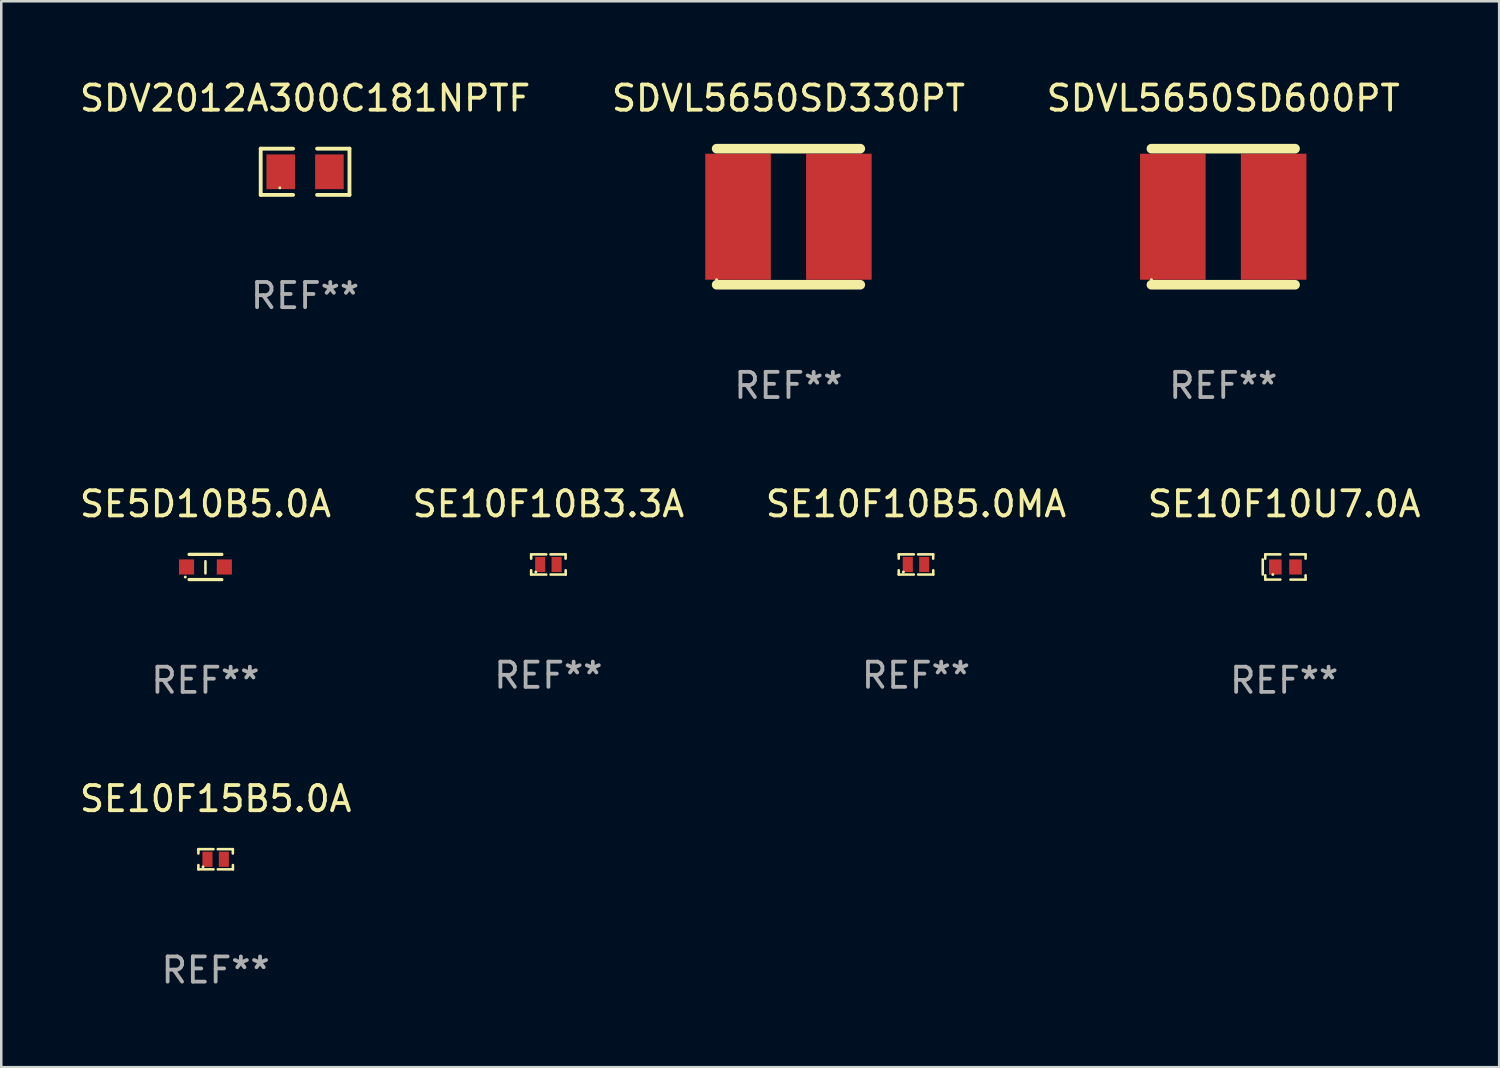
<source format=kicad_pcb>
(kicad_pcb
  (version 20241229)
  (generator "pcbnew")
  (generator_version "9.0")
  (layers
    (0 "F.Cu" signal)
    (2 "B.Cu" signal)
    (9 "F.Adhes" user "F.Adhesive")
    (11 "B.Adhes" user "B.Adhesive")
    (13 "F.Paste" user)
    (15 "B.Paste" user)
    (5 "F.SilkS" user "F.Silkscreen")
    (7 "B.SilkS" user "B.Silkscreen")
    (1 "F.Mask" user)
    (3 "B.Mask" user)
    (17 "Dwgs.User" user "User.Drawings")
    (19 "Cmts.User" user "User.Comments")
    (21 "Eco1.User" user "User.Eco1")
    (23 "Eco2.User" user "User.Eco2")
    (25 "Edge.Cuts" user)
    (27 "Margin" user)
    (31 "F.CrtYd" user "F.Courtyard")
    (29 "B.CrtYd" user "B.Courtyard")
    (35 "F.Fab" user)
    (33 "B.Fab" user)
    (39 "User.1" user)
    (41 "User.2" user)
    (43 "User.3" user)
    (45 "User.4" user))
  (footprint "SDVL5650SD600PT"
    (layer "F.Cu")
    (at 45.482 5.548)
    (property "Reference" "SDVL5650SD600PT" (at 0 -4.7 0) (layer "F.SilkS") (effects (font (size 1 1) (thickness 0.15))))
    (attr through_hole)
    (fp_line (start -2.85 -2.7) (end 2.85 -2.7) (stroke (width 0.381) (type solid)) (layer "F.SilkS"))
    (fp_line (start 2.85 2.7) (end -2.85 2.7) (stroke (width 0.381) (type solid)) (layer "F.SilkS"))
    (fp_circle (center -2.85 2.5) (end -2.82 2.5) (stroke (width 0.06) (type solid)) (fill no) (layer "F.SilkS"))
    (fp_text user "REF**" (at 0 6.7 0) (layer "F.Fab") (effects (font (size 1 1) (thickness 0.15))))
    (pad "1" smd rect (at -2 0) (size 2.601 5) (layers "F.Cu" "F.Mask" "F.Paste"))
    (pad "2" smd rect (at 2 0) (size 2.601 5) (layers "F.Cu" "F.Mask" "F.Paste")))
  (footprint "SE10F10B5.0MA"
    (layer "F.Cu")
    (at 33.292 19.345)
    (property "Reference" "SE10F10B5.0MA" (at 0 -2.4 0) (layer "F.SilkS") (effects (font (size 1 1) (thickness 0.15))))
    (attr through_hole)
    (fp_line (start -0.685 -0.4) (end -0.685 -0.23) (stroke (width 0.102) (type solid)) (layer "F.SilkS"))
    (fp_line (start -0.685 0.4) (end -0.685 0.23) (stroke (width 0.102) (type solid)) (layer "F.SilkS"))
    (fp_line (start -0.085 -0.4) (end -0.685 -0.4) (stroke (width 0.102) (type solid)) (layer "F.SilkS"))
    (fp_line (start -0.085 0.4) (end -0.685 0.4) (stroke (width 0.102) (type solid)) (layer "F.SilkS"))
    (fp_line (start 0.082 -0.4) (end 0.682 -0.4) (stroke (width 0.102) (type solid)) (layer "F.SilkS"))
    (fp_line (start 0.085 0.4) (end 0.685 0.4) (stroke (width 0.102) (type solid)) (layer "F.SilkS"))
    (fp_line (start 0.682 -0.4) (end 0.682 -0.23) (stroke (width 0.102) (type solid)) (layer "F.SilkS"))
    (fp_line (start 0.685 0.4) (end 0.685 0.23) (stroke (width 0.102) (type solid)) (layer "F.SilkS"))
    (fp_circle (center -0.5 0.3) (end -0.47 0.3) (stroke (width 0.06) (type solid)) (fill no) (layer "F.SilkS"))
    (fp_text user "REF**" (at 0 4.4 0) (layer "F.Fab") (effects (font (size 1 1) (thickness 0.15))))
    (pad "1" smd rect (at -0.325 0) (size 0.4 0.6) (layers "F.Cu" "F.Mask" "F.Paste"))
    (pad "2" smd rect (at 0.325 0) (size 0.4 0.6) (layers "F.Cu" "F.Mask" "F.Paste")))
  (footprint "SE10F15B5.0A"
    (layer "F.Cu")
    (at 5.506 31.041)
    (property "Reference" "SE10F15B5.0A" (at 0 -2.4 0) (layer "F.SilkS") (effects (font (size 1 1) (thickness 0.15))))
    (attr through_hole)
    (fp_line (start -0.685 -0.4) (end -0.685 -0.23) (stroke (width 0.102) (type solid)) (layer "F.SilkS"))
    (fp_line (start -0.685 0.4) (end -0.685 0.23) (stroke (width 0.102) (type solid)) (layer "F.SilkS"))
    (fp_line (start -0.085 -0.4) (end -0.685 -0.4) (stroke (width 0.102) (type solid)) (layer "F.SilkS"))
    (fp_line (start -0.085 0.4) (end -0.685 0.4) (stroke (width 0.102) (type solid)) (layer "F.SilkS"))
    (fp_line (start 0.082 -0.4) (end 0.682 -0.4) (stroke (width 0.102) (type solid)) (layer "F.SilkS"))
    (fp_line (start 0.085 0.4) (end 0.685 0.4) (stroke (width 0.102) (type solid)) (layer "F.SilkS"))
    (fp_line (start 0.682 -0.4) (end 0.682 -0.23) (stroke (width 0.102) (type solid)) (layer "F.SilkS"))
    (fp_line (start 0.685 0.4) (end 0.685 0.23) (stroke (width 0.102) (type solid)) (layer "F.SilkS"))
    (fp_circle (center -0.5 0.3) (end -0.47 0.3) (stroke (width 0.06) (type solid)) (fill no) (layer "F.SilkS"))
    (fp_text user "REF**" (at 0 4.4 0) (layer "F.Fab") (effects (font (size 1 1) (thickness 0.15))))
    (pad "1" smd rect (at -0.325 0) (size 0.4 0.6) (layers "F.Cu" "F.Mask" "F.Paste"))
    (pad "2" smd rect (at 0.325 0) (size 0.4 0.6) (layers "F.Cu" "F.Mask" "F.Paste")))
  (footprint "SDV2012A300C181NPTF"
    (layer "F.Cu")
    (at 9.054 3.765)
    (property "Reference" "SDV2012A300C181NPTF" (at 0 -2.917 0) (layer "F.SilkS") (effects (font (size 1 1) (thickness 0.15))))
    (attr through_hole)
    (fp_line (start -1.761 -0.917) (end -0.476 -0.917) (stroke (width 0.152) (type solid)) (layer "F.SilkS"))
    (fp_line (start -1.761 0.917) (end -1.761 -0.917) (stroke (width 0.152) (type solid)) (layer "F.SilkS"))
    (fp_line (start -0.476 0.917) (end -1.761 0.917) (stroke (width 0.152) (type solid)) (layer "F.SilkS"))
    (fp_line (start 0.476 0.917) (end 1.761 0.917) (stroke (width 0.152) (type solid)) (layer "F.SilkS"))
    (fp_line (start 1.761 -0.917) (end 0.476 -0.917) (stroke (width 0.152) (type solid)) (layer "F.SilkS"))
    (fp_line (start 1.761 0.917) (end 1.761 -0.917) (stroke (width 0.152) (type solid)) (layer "F.SilkS"))
    (fp_circle (center -1 0.638) (end -0.97 0.638) (stroke (width 0.06) (type solid)) (fill no) (layer "F.SilkS"))
    (fp_text user "REF**" (at 0 4.917 0) (layer "F.Fab") (effects (font (size 1 1) (thickness 0.15))))
    (pad "1" smd rect (at -0.966 0) (size 1.133 1.377) (layers "F.Cu" "F.Mask" "F.Paste"))
    (pad "2" smd rect (at 0.966 0) (size 1.133 1.377) (layers "F.Cu" "F.Mask" "F.Paste")))
  (footprint "SDVL5650SD330PT"
    (layer "F.Cu")
    (at 28.232 5.548)
    (property "Reference" "SDVL5650SD330PT" (at 0 -4.7 0) (layer "F.SilkS") (effects (font (size 1 1) (thickness 0.15))))
    (attr through_hole)
    (fp_line (start -2.85 -2.7) (end 2.85 -2.7) (stroke (width 0.381) (type solid)) (layer "F.SilkS"))
    (fp_line (start 2.85 2.7) (end -2.85 2.7) (stroke (width 0.381) (type solid)) (layer "F.SilkS"))
    (fp_circle (center -2.85 2.5) (end -2.82 2.5) (stroke (width 0.06) (type solid)) (fill no) (layer "F.SilkS"))
    (fp_text user "REF**" (at 0 6.7 0) (layer "F.Fab") (effects (font (size 1 1) (thickness 0.15))))
    (pad "1" smd rect (at -2 0) (size 2.601 5) (layers "F.Cu" "F.Mask" "F.Paste"))
    (pad "2" smd rect (at 2 0) (size 2.601 5) (layers "F.Cu" "F.Mask" "F.Paste")))
  (footprint "SE10F10B3.3A"
    (layer "F.Cu")
    (at 18.708 19.345)
    (property "Reference" "SE10F10B3.3A" (at 0 -2.4 0) (layer "F.SilkS") (effects (font (size 1 1) (thickness 0.15))))
    (attr through_hole)
    (fp_line (start -0.685 -0.4) (end -0.685 -0.23) (stroke (width 0.102) (type solid)) (layer "F.SilkS"))
    (fp_line (start -0.685 0.4) (end -0.685 0.23) (stroke (width 0.102) (type solid)) (layer "F.SilkS"))
    (fp_line (start -0.085 -0.4) (end -0.685 -0.4) (stroke (width 0.102) (type solid)) (layer "F.SilkS"))
    (fp_line (start -0.085 0.4) (end -0.685 0.4) (stroke (width 0.102) (type solid)) (layer "F.SilkS"))
    (fp_line (start 0.082 -0.4) (end 0.682 -0.4) (stroke (width 0.102) (type solid)) (layer "F.SilkS"))
    (fp_line (start 0.085 0.4) (end 0.685 0.4) (stroke (width 0.102) (type solid)) (layer "F.SilkS"))
    (fp_line (start 0.682 -0.4) (end 0.682 -0.23) (stroke (width 0.102) (type solid)) (layer "F.SilkS"))
    (fp_line (start 0.685 0.4) (end 0.685 0.23) (stroke (width 0.102) (type solid)) (layer "F.SilkS"))
    (fp_circle (center -0.5 0.3) (end -0.47 0.3) (stroke (width 0.06) (type solid)) (fill no) (layer "F.SilkS"))
    (fp_text user "REF**" (at 0 4.4 0) (layer "F.Fab") (effects (font (size 1 1) (thickness 0.15))))
    (pad "1" smd rect (at -0.325 0) (size 0.4 0.6) (layers "F.Cu" "F.Mask" "F.Paste"))
    (pad "2" smd rect (at 0.325 0) (size 0.4 0.6) (layers "F.Cu" "F.Mask" "F.Paste")))
  (footprint "SE5D10B5.0A"
    (layer "F.Cu")
    (at 5.101 19.445)
    (property "Reference" "SE5D10B5.0A" (at 0 -2.5 0) (layer "F.SilkS") (effects (font (size 1 1) (thickness 0.15))))
    (attr through_hole)
    (fp_line (start -0.65 -0.5) (end 0.65 -0.5) (stroke (width 0.13) (type solid)) (layer "F.SilkS"))
    (fp_line (start -0.65 0.5) (end 0.65 0.5) (stroke (width 0.13) (type solid)) (layer "F.SilkS"))
    (fp_line (start 0 -0.229) (end 0 0.254) (stroke (width 0.1) (type solid)) (layer "F.SilkS"))
    (fp_circle (center -0.8 0.4) (end -0.77 0.4) (stroke (width 0.06) (type solid)) (fill no) (layer "F.SilkS"))
    (fp_text user "REF**" (at 0 4.5 0) (layer "F.Fab") (effects (font (size 1 1) (thickness 0.15))))
    (pad "1" smd rect (at -0.75 0) (size 0.6 0.6) (layers "F.Cu" "F.Mask" "F.Paste"))
    (pad "2" smd rect (at 0.75 0 180) (size 0.6 0.6) (layers "F.Cu" "F.Mask" "F.Paste")))
  (footprint "SE10F10U7.0A"
    (layer "F.Cu")
    (at 47.899 19.445)
    (property "Reference" "SE10F10U7.0A" (at 0 -2.5 0) (layer "F.SilkS") (effects (font (size 1 1) (thickness 0.15))))
    (attr through_hole)
    (fp_line (start -0.85 -0.3) (end -0.85 0.3) (stroke (width 0.102) (type solid)) (layer "F.SilkS"))
    (fp_line (start -0.75 -0.5) (end -0.75 -0.329) (stroke (width 0.102) (type solid)) (layer "F.SilkS"))
    (fp_line (start -0.75 0.329) (end -0.75 0.5) (stroke (width 0.102) (type solid)) (layer "F.SilkS"))
    (fp_line (start -0.75 0.5) (end -0.15 0.5) (stroke (width 0.102) (type solid)) (layer "F.SilkS"))
    (fp_line (start -0.15 -0.5) (end -0.75 -0.5) (stroke (width 0.102) (type solid)) (layer "F.SilkS"))
    (fp_line (start 0.25 -0.5) (end 0.85 -0.5) (stroke (width 0.102) (type solid)) (layer "F.SilkS"))
    (fp_line (start 0.85 -0.5) (end 0.85 -0.33) (stroke (width 0.102) (type solid)) (layer "F.SilkS"))
    (fp_line (start 0.85 0.33) (end 0.85 0.5) (stroke (width 0.102) (type solid)) (layer "F.SilkS"))
    (fp_line (start 0.85 0.5) (end 0.25 0.5) (stroke (width 0.102) (type solid)) (layer "F.SilkS"))
    (fp_circle (center -0.45 0.3) (end -0.42 0.3) (stroke (width 0.06) (type solid)) (fill no) (layer "F.SilkS"))
    (fp_text user "REF**" (at 0 4.5 0) (layer "F.Fab") (effects (font (size 1 1) (thickness 0.15))))
    (pad "1" smd rect (at -0.35 0) (size 0.5 0.6) (layers "F.Cu" "F.Mask" "F.Paste"))
    (pad "2" smd rect (at 0.45 0) (size 0.5 0.6) (layers "F.Cu" "F.Mask" "F.Paste")))
  (gr_rect
    (start -3 -3)
    (end 56.429 39.29)
    (stroke (width 0.1) (type default))
    (fill no)
    (layer "Edge.Cuts")))
</source>
